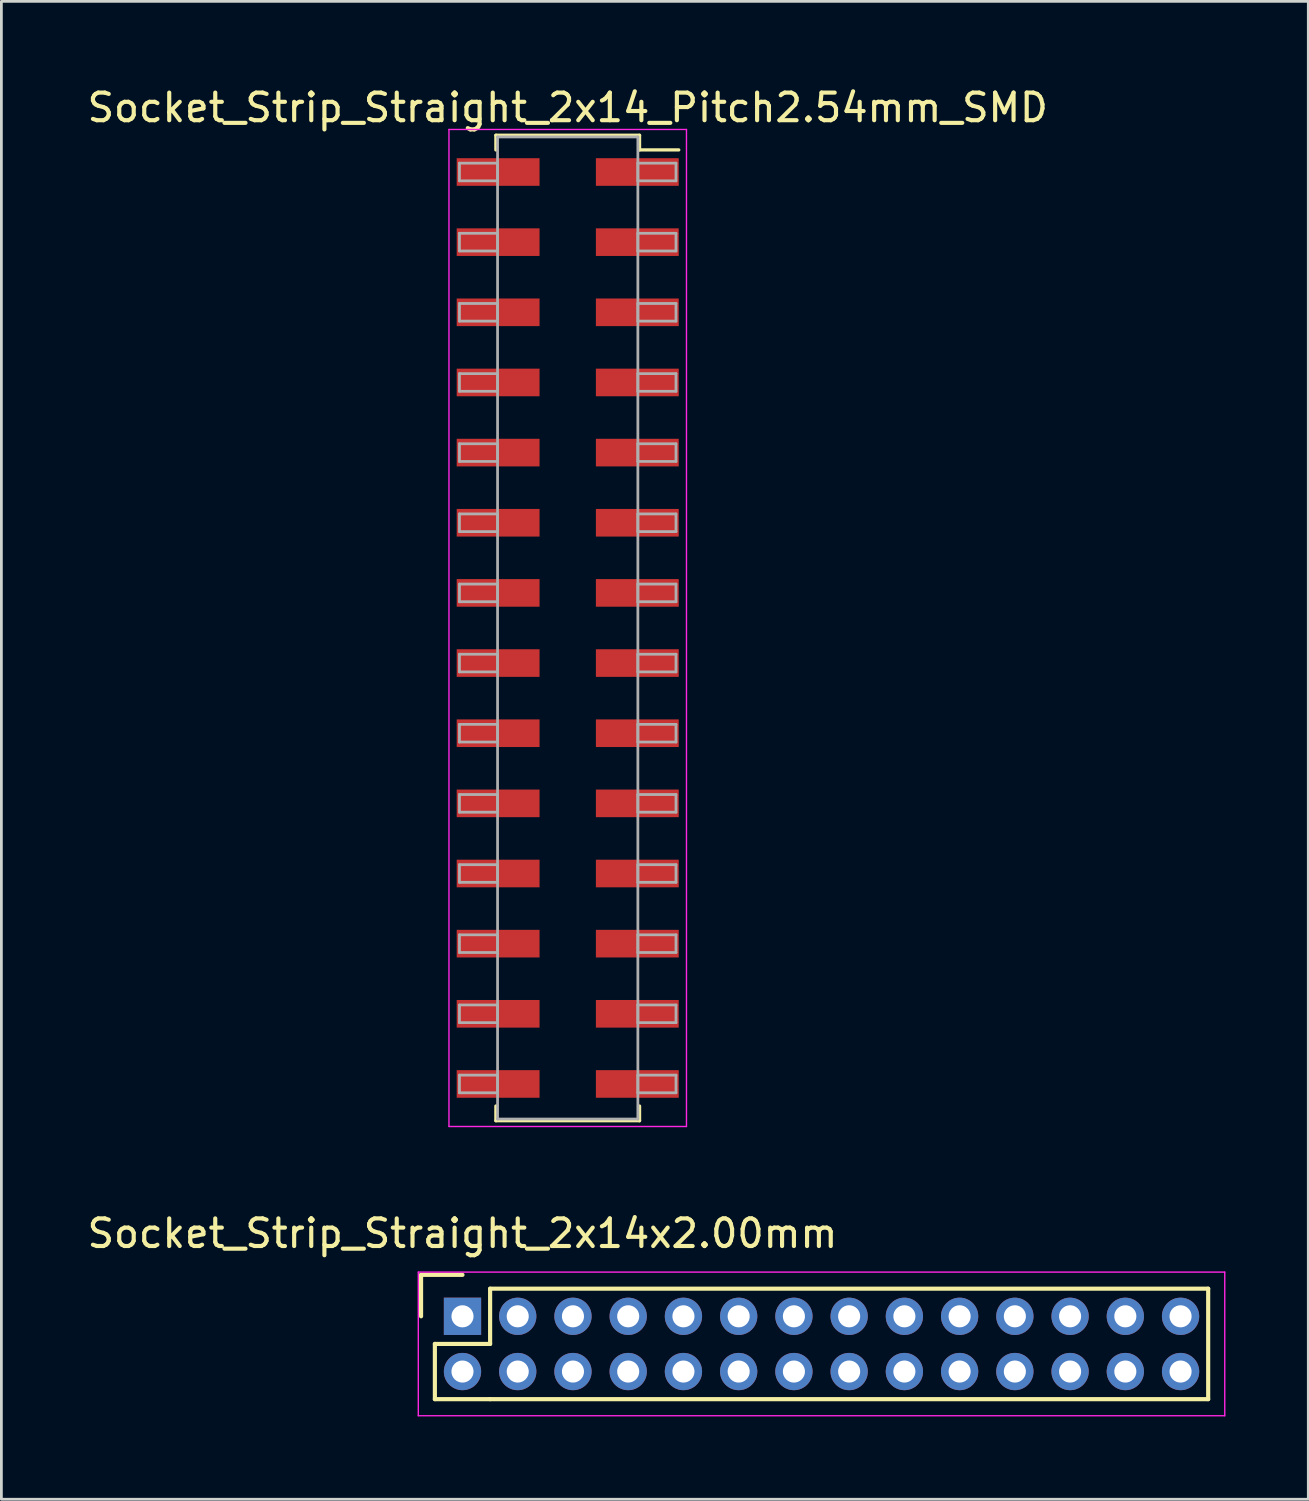
<source format=kicad_pcb>
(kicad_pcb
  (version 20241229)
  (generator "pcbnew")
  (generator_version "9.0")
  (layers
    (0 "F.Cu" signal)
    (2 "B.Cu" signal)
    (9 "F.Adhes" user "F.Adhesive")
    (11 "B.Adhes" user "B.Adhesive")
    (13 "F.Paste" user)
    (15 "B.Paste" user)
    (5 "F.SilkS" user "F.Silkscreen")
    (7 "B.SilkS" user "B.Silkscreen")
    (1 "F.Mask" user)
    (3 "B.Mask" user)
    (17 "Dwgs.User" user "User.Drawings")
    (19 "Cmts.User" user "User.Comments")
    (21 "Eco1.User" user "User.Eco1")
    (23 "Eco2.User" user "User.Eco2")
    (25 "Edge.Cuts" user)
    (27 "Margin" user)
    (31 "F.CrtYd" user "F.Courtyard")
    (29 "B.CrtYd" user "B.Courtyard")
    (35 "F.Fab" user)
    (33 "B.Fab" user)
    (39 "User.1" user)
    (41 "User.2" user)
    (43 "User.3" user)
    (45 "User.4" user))
  (footprint "Socket_Strip_Straight_2x14_Pitch2.54mm_SMD"
    (layer "F.Cu")
    (at 17.506 19.688)
    (property "Reference" "Socket_Strip_Straight_2x14_Pitch2.54mm_SMD" (at 0 -18.84 0) (layer "F.SilkS") (effects (font (size 1 1) (thickness 0.15))))
    (attr smd)
    (fp_line (start -2.6 -17.84) (end 2.6 -17.84) (stroke (width 0.12) (type solid)) (layer "F.SilkS"))
    (fp_line (start -2.6 -17.31) (end -2.6 -17.84) (stroke (width 0.12) (type solid)) (layer "F.SilkS"))
    (fp_line (start -2.6 17.31) (end -2.6 17.84) (stroke (width 0.12) (type solid)) (layer "F.SilkS"))
    (fp_line (start -2.6 17.84) (end 2.6 17.84) (stroke (width 0.12) (type solid)) (layer "F.SilkS"))
    (fp_line (start 2.6 -17.84) (end 2.6 -17.31) (stroke (width 0.12) (type solid)) (layer "F.SilkS"))
    (fp_line (start 2.6 17.84) (end 2.6 17.31) (stroke (width 0.12) (type solid)) (layer "F.SilkS"))
    (fp_line (start 4.02 -17.31) (end 2.6 -17.31) (stroke (width 0.12) (type solid)) (layer "F.SilkS"))
    (fp_line (start -4.3 -18.05) (end -4.3 18.05) (stroke (width 0.05) (type solid)) (layer "F.CrtYd"))
    (fp_line (start -4.3 18.05) (end 4.3 18.05) (stroke (width 0.05) (type solid)) (layer "F.CrtYd"))
    (fp_line (start 4.3 -18.05) (end -4.3 -18.05) (stroke (width 0.05) (type solid)) (layer "F.CrtYd"))
    (fp_line (start 4.3 18.05) (end 4.3 -18.05) (stroke (width 0.05) (type solid)) (layer "F.CrtYd"))
    (fp_line (start -3.92 -16.83) (end -2.54 -16.83) (stroke (width 0.1) (type solid)) (layer "F.Fab"))
    (fp_line (start -3.92 -16.19) (end -3.92 -16.83) (stroke (width 0.1) (type solid)) (layer "F.Fab"))
    (fp_line (start -3.92 -14.29) (end -2.54 -14.29) (stroke (width 0.1) (type solid)) (layer "F.Fab"))
    (fp_line (start -3.92 -13.65) (end -3.92 -14.29) (stroke (width 0.1) (type solid)) (layer "F.Fab"))
    (fp_line (start -3.92 -11.75) (end -2.54 -11.75) (stroke (width 0.1) (type solid)) (layer "F.Fab"))
    (fp_line (start -3.92 -11.11) (end -3.92 -11.75) (stroke (width 0.1) (type solid)) (layer "F.Fab"))
    (fp_line (start -3.92 -9.21) (end -2.54 -9.21) (stroke (width 0.1) (type solid)) (layer "F.Fab"))
    (fp_line (start -3.92 -8.57) (end -3.92 -9.21) (stroke (width 0.1) (type solid)) (layer "F.Fab"))
    (fp_line (start -3.92 -6.67) (end -2.54 -6.67) (stroke (width 0.1) (type solid)) (layer "F.Fab"))
    (fp_line (start -3.92 -6.03) (end -3.92 -6.67) (stroke (width 0.1) (type solid)) (layer "F.Fab"))
    (fp_line (start -3.92 -4.13) (end -2.54 -4.13) (stroke (width 0.1) (type solid)) (layer "F.Fab"))
    (fp_line (start -3.92 -3.49) (end -3.92 -4.13) (stroke (width 0.1) (type solid)) (layer "F.Fab"))
    (fp_line (start -3.92 -1.59) (end -2.54 -1.59) (stroke (width 0.1) (type solid)) (layer "F.Fab"))
    (fp_line (start -3.92 -0.95) (end -3.92 -1.59) (stroke (width 0.1) (type solid)) (layer "F.Fab"))
    (fp_line (start -3.92 0.95) (end -2.54 0.95) (stroke (width 0.1) (type solid)) (layer "F.Fab"))
    (fp_line (start -3.92 1.59) (end -3.92 0.95) (stroke (width 0.1) (type solid)) (layer "F.Fab"))
    (fp_line (start -3.92 3.49) (end -2.54 3.49) (stroke (width 0.1) (type solid)) (layer "F.Fab"))
    (fp_line (start -3.92 4.13) (end -3.92 3.49) (stroke (width 0.1) (type solid)) (layer "F.Fab"))
    (fp_line (start -3.92 6.03) (end -2.54 6.03) (stroke (width 0.1) (type solid)) (layer "F.Fab"))
    (fp_line (start -3.92 6.67) (end -3.92 6.03) (stroke (width 0.1) (type solid)) (layer "F.Fab"))
    (fp_line (start -3.92 8.57) (end -2.54 8.57) (stroke (width 0.1) (type solid)) (layer "F.Fab"))
    (fp_line (start -3.92 9.21) (end -3.92 8.57) (stroke (width 0.1) (type solid)) (layer "F.Fab"))
    (fp_line (start -3.92 11.11) (end -2.54 11.11) (stroke (width 0.1) (type solid)) (layer "F.Fab"))
    (fp_line (start -3.92 11.75) (end -3.92 11.11) (stroke (width 0.1) (type solid)) (layer "F.Fab"))
    (fp_line (start -3.92 13.65) (end -2.54 13.65) (stroke (width 0.1) (type solid)) (layer "F.Fab"))
    (fp_line (start -3.92 14.29) (end -3.92 13.65) (stroke (width 0.1) (type solid)) (layer "F.Fab"))
    (fp_line (start -3.92 16.19) (end -2.54 16.19) (stroke (width 0.1) (type solid)) (layer "F.Fab"))
    (fp_line (start -3.92 16.83) (end -3.92 16.19) (stroke (width 0.1) (type solid)) (layer "F.Fab"))
    (fp_line (start -2.54 -17.78) (end -2.54 17.78) (stroke (width 0.1) (type solid)) (layer "F.Fab"))
    (fp_line (start -2.54 -16.83) (end -2.54 -16.19) (stroke (width 0.1) (type solid)) (layer "F.Fab"))
    (fp_line (start -2.54 -16.19) (end -3.92 -16.19) (stroke (width 0.1) (type solid)) (layer "F.Fab"))
    (fp_line (start -2.54 -14.29) (end -2.54 -13.65) (stroke (width 0.1) (type solid)) (layer "F.Fab"))
    (fp_line (start -2.54 -13.65) (end -3.92 -13.65) (stroke (width 0.1) (type solid)) (layer "F.Fab"))
    (fp_line (start -2.54 -11.75) (end -2.54 -11.11) (stroke (width 0.1) (type solid)) (layer "F.Fab"))
    (fp_line (start -2.54 -11.11) (end -3.92 -11.11) (stroke (width 0.1) (type solid)) (layer "F.Fab"))
    (fp_line (start -2.54 -9.21) (end -2.54 -8.57) (stroke (width 0.1) (type solid)) (layer "F.Fab"))
    (fp_line (start -2.54 -8.57) (end -3.92 -8.57) (stroke (width 0.1) (type solid)) (layer "F.Fab"))
    (fp_line (start -2.54 -6.67) (end -2.54 -6.03) (stroke (width 0.1) (type solid)) (layer "F.Fab"))
    (fp_line (start -2.54 -6.03) (end -3.92 -6.03) (stroke (width 0.1) (type solid)) (layer "F.Fab"))
    (fp_line (start -2.54 -4.13) (end -2.54 -3.49) (stroke (width 0.1) (type solid)) (layer "F.Fab"))
    (fp_line (start -2.54 -3.49) (end -3.92 -3.49) (stroke (width 0.1) (type solid)) (layer "F.Fab"))
    (fp_line (start -2.54 -1.59) (end -2.54 -0.95) (stroke (width 0.1) (type solid)) (layer "F.Fab"))
    (fp_line (start -2.54 -0.95) (end -3.92 -0.95) (stroke (width 0.1) (type solid)) (layer "F.Fab"))
    (fp_line (start -2.54 0.95) (end -2.54 1.59) (stroke (width 0.1) (type solid)) (layer "F.Fab"))
    (fp_line (start -2.54 1.59) (end -3.92 1.59) (stroke (width 0.1) (type solid)) (layer "F.Fab"))
    (fp_line (start -2.54 3.49) (end -2.54 4.13) (stroke (width 0.1) (type solid)) (layer "F.Fab"))
    (fp_line (start -2.54 4.13) (end -3.92 4.13) (stroke (width 0.1) (type solid)) (layer "F.Fab"))
    (fp_line (start -2.54 6.03) (end -2.54 6.67) (stroke (width 0.1) (type solid)) (layer "F.Fab"))
    (fp_line (start -2.54 6.67) (end -3.92 6.67) (stroke (width 0.1) (type solid)) (layer "F.Fab"))
    (fp_line (start -2.54 8.57) (end -2.54 9.21) (stroke (width 0.1) (type solid)) (layer "F.Fab"))
    (fp_line (start -2.54 9.21) (end -3.92 9.21) (stroke (width 0.1) (type solid)) (layer "F.Fab"))
    (fp_line (start -2.54 11.11) (end -2.54 11.75) (stroke (width 0.1) (type solid)) (layer "F.Fab"))
    (fp_line (start -2.54 11.75) (end -3.92 11.75) (stroke (width 0.1) (type solid)) (layer "F.Fab"))
    (fp_line (start -2.54 13.65) (end -2.54 14.29) (stroke (width 0.1) (type solid)) (layer "F.Fab"))
    (fp_line (start -2.54 14.29) (end -3.92 14.29) (stroke (width 0.1) (type solid)) (layer "F.Fab"))
    (fp_line (start -2.54 16.19) (end -2.54 16.83) (stroke (width 0.1) (type solid)) (layer "F.Fab"))
    (fp_line (start -2.54 16.83) (end -3.92 16.83) (stroke (width 0.1) (type solid)) (layer "F.Fab"))
    (fp_line (start -2.54 17.78) (end 2.54 17.78) (stroke (width 0.1) (type solid)) (layer "F.Fab"))
    (fp_line (start 2.54 -17.78) (end -2.54 -17.78) (stroke (width 0.1) (type solid)) (layer "F.Fab"))
    (fp_line (start 2.54 -16.83) (end 2.54 -16.19) (stroke (width 0.1) (type solid)) (layer "F.Fab"))
    (fp_line (start 2.54 -16.19) (end 3.92 -16.19) (stroke (width 0.1) (type solid)) (layer "F.Fab"))
    (fp_line (start 2.54 -14.29) (end 2.54 -13.65) (stroke (width 0.1) (type solid)) (layer "F.Fab"))
    (fp_line (start 2.54 -13.65) (end 3.92 -13.65) (stroke (width 0.1) (type solid)) (layer "F.Fab"))
    (fp_line (start 2.54 -11.75) (end 2.54 -11.11) (stroke (width 0.1) (type solid)) (layer "F.Fab"))
    (fp_line (start 2.54 -11.11) (end 3.92 -11.11) (stroke (width 0.1) (type solid)) (layer "F.Fab"))
    (fp_line (start 2.54 -9.21) (end 2.54 -8.57) (stroke (width 0.1) (type solid)) (layer "F.Fab"))
    (fp_line (start 2.54 -8.57) (end 3.92 -8.57) (stroke (width 0.1) (type solid)) (layer "F.Fab"))
    (fp_line (start 2.54 -6.67) (end 2.54 -6.03) (stroke (width 0.1) (type solid)) (layer "F.Fab"))
    (fp_line (start 2.54 -6.03) (end 3.92 -6.03) (stroke (width 0.1) (type solid)) (layer "F.Fab"))
    (fp_line (start 2.54 -4.13) (end 2.54 -3.49) (stroke (width 0.1) (type solid)) (layer "F.Fab"))
    (fp_line (start 2.54 -3.49) (end 3.92 -3.49) (stroke (width 0.1) (type solid)) (layer "F.Fab"))
    (fp_line (start 2.54 -1.59) (end 2.54 -0.95) (stroke (width 0.1) (type solid)) (layer "F.Fab"))
    (fp_line (start 2.54 -0.95) (end 3.92 -0.95) (stroke (width 0.1) (type solid)) (layer "F.Fab"))
    (fp_line (start 2.54 0.95) (end 2.54 1.59) (stroke (width 0.1) (type solid)) (layer "F.Fab"))
    (fp_line (start 2.54 1.59) (end 3.92 1.59) (stroke (width 0.1) (type solid)) (layer "F.Fab"))
    (fp_line (start 2.54 3.49) (end 2.54 4.13) (stroke (width 0.1) (type solid)) (layer "F.Fab"))
    (fp_line (start 2.54 4.13) (end 3.92 4.13) (stroke (width 0.1) (type solid)) (layer "F.Fab"))
    (fp_line (start 2.54 6.03) (end 2.54 6.67) (stroke (width 0.1) (type solid)) (layer "F.Fab"))
    (fp_line (start 2.54 6.67) (end 3.92 6.67) (stroke (width 0.1) (type solid)) (layer "F.Fab"))
    (fp_line (start 2.54 8.57) (end 2.54 9.21) (stroke (width 0.1) (type solid)) (layer "F.Fab"))
    (fp_line (start 2.54 9.21) (end 3.92 9.21) (stroke (width 0.1) (type solid)) (layer "F.Fab"))
    (fp_line (start 2.54 11.11) (end 2.54 11.75) (stroke (width 0.1) (type solid)) (layer "F.Fab"))
    (fp_line (start 2.54 11.75) (end 3.92 11.75) (stroke (width 0.1) (type solid)) (layer "F.Fab"))
    (fp_line (start 2.54 13.65) (end 2.54 14.29) (stroke (width 0.1) (type solid)) (layer "F.Fab"))
    (fp_line (start 2.54 14.29) (end 3.92 14.29) (stroke (width 0.1) (type solid)) (layer "F.Fab"))
    (fp_line (start 2.54 16.19) (end 2.54 16.83) (stroke (width 0.1) (type solid)) (layer "F.Fab"))
    (fp_line (start 2.54 16.83) (end 3.92 16.83) (stroke (width 0.1) (type solid)) (layer "F.Fab"))
    (fp_line (start 2.54 17.78) (end 2.54 -17.78) (stroke (width 0.1) (type solid)) (layer "F.Fab"))
    (fp_line (start 3.92 -16.83) (end 2.54 -16.83) (stroke (width 0.1) (type solid)) (layer "F.Fab"))
    (fp_line (start 3.92 -16.19) (end 3.92 -16.83) (stroke (width 0.1) (type solid)) (layer "F.Fab"))
    (fp_line (start 3.92 -14.29) (end 2.54 -14.29) (stroke (width 0.1) (type solid)) (layer "F.Fab"))
    (fp_line (start 3.92 -13.65) (end 3.92 -14.29) (stroke (width 0.1) (type solid)) (layer "F.Fab"))
    (fp_line (start 3.92 -11.75) (end 2.54 -11.75) (stroke (width 0.1) (type solid)) (layer "F.Fab"))
    (fp_line (start 3.92 -11.11) (end 3.92 -11.75) (stroke (width 0.1) (type solid)) (layer "F.Fab"))
    (fp_line (start 3.92 -9.21) (end 2.54 -9.21) (stroke (width 0.1) (type solid)) (layer "F.Fab"))
    (fp_line (start 3.92 -8.57) (end 3.92 -9.21) (stroke (width 0.1) (type solid)) (layer "F.Fab"))
    (fp_line (start 3.92 -6.67) (end 2.54 -6.67) (stroke (width 0.1) (type solid)) (layer "F.Fab"))
    (fp_line (start 3.92 -6.03) (end 3.92 -6.67) (stroke (width 0.1) (type solid)) (layer "F.Fab"))
    (fp_line (start 3.92 -4.13) (end 2.54 -4.13) (stroke (width 0.1) (type solid)) (layer "F.Fab"))
    (fp_line (start 3.92 -3.49) (end 3.92 -4.13) (stroke (width 0.1) (type solid)) (layer "F.Fab"))
    (fp_line (start 3.92 -1.59) (end 2.54 -1.59) (stroke (width 0.1) (type solid)) (layer "F.Fab"))
    (fp_line (start 3.92 -0.95) (end 3.92 -1.59) (stroke (width 0.1) (type solid)) (layer "F.Fab"))
    (fp_line (start 3.92 0.95) (end 2.54 0.95) (stroke (width 0.1) (type solid)) (layer "F.Fab"))
    (fp_line (start 3.92 1.59) (end 3.92 0.95) (stroke (width 0.1) (type solid)) (layer "F.Fab"))
    (fp_line (start 3.92 3.49) (end 2.54 3.49) (stroke (width 0.1) (type solid)) (layer "F.Fab"))
    (fp_line (start 3.92 4.13) (end 3.92 3.49) (stroke (width 0.1) (type solid)) (layer "F.Fab"))
    (fp_line (start 3.92 6.03) (end 2.54 6.03) (stroke (width 0.1) (type solid)) (layer "F.Fab"))
    (fp_line (start 3.92 6.67) (end 3.92 6.03) (stroke (width 0.1) (type solid)) (layer "F.Fab"))
    (fp_line (start 3.92 8.57) (end 2.54 8.57) (stroke (width 0.1) (type solid)) (layer "F.Fab"))
    (fp_line (start 3.92 9.21) (end 3.92 8.57) (stroke (width 0.1) (type solid)) (layer "F.Fab"))
    (fp_line (start 3.92 11.11) (end 2.54 11.11) (stroke (width 0.1) (type solid)) (layer "F.Fab"))
    (fp_line (start 3.92 11.75) (end 3.92 11.11) (stroke (width 0.1) (type solid)) (layer "F.Fab"))
    (fp_line (start 3.92 13.65) (end 2.54 13.65) (stroke (width 0.1) (type solid)) (layer "F.Fab"))
    (fp_line (start 3.92 14.29) (end 3.92 13.65) (stroke (width 0.1) (type solid)) (layer "F.Fab"))
    (fp_line (start 3.92 16.19) (end 2.54 16.19) (stroke (width 0.1) (type solid)) (layer "F.Fab"))
    (fp_line (start 3.92 16.83) (end 3.92 16.19) (stroke (width 0.1) (type solid)) (layer "F.Fab"))
    (pad "1" smd rect (at 2.52 -16.51) (size 3 1) (layers "F.Cu" "F.Mask"))
    (pad "2" smd rect (at -2.52 -16.51) (size 3 1) (layers "F.Cu" "F.Mask"))
    (pad "3" smd rect (at 2.52 -13.97) (size 3 1) (layers "F.Cu" "F.Mask"))
    (pad "4" smd rect (at -2.52 -13.97) (size 3 1) (layers "F.Cu" "F.Mask"))
    (pad "5" smd rect (at 2.52 -11.43) (size 3 1) (layers "F.Cu" "F.Mask"))
    (pad "6" smd rect (at -2.52 -11.43) (size 3 1) (layers "F.Cu" "F.Mask"))
    (pad "7" smd rect (at 2.52 -8.89) (size 3 1) (layers "F.Cu" "F.Mask"))
    (pad "8" smd rect (at -2.52 -8.89) (size 3 1) (layers "F.Cu" "F.Mask"))
    (pad "9" smd rect (at 2.52 -6.35) (size 3 1) (layers "F.Cu" "F.Mask"))
    (pad "10" smd rect (at -2.52 -6.35) (size 3 1) (layers "F.Cu" "F.Mask"))
    (pad "11" smd rect (at 2.52 -3.81) (size 3 1) (layers "F.Cu" "F.Mask"))
    (pad "12" smd rect (at -2.52 -3.81) (size 3 1) (layers "F.Cu" "F.Mask"))
    (pad "13" smd rect (at 2.52 -1.27) (size 3 1) (layers "F.Cu" "F.Mask"))
    (pad "14" smd rect (at -2.52 -1.27) (size 3 1) (layers "F.Cu" "F.Mask"))
    (pad "15" smd rect (at 2.52 1.27) (size 3 1) (layers "F.Cu" "F.Mask"))
    (pad "16" smd rect (at -2.52 1.27) (size 3 1) (layers "F.Cu" "F.Mask"))
    (pad "17" smd rect (at 2.52 3.81) (size 3 1) (layers "F.Cu" "F.Mask"))
    (pad "18" smd rect (at -2.52 3.81) (size 3 1) (layers "F.Cu" "F.Mask"))
    (pad "19" smd rect (at 2.52 6.35) (size 3 1) (layers "F.Cu" "F.Mask"))
    (pad "20" smd rect (at -2.52 6.35) (size 3 1) (layers "F.Cu" "F.Mask"))
    (pad "21" smd rect (at 2.52 8.89) (size 3 1) (layers "F.Cu" "F.Mask"))
    (pad "22" smd rect (at -2.52 8.89) (size 3 1) (layers "F.Cu" "F.Mask"))
    (pad "23" smd rect (at 2.52 11.43) (size 3 1) (layers "F.Cu" "F.Mask"))
    (pad "24" smd rect (at -2.52 11.43) (size 3 1) (layers "F.Cu" "F.Mask"))
    (pad "25" smd rect (at 2.52 13.97) (size 3 1) (layers "F.Cu" "F.Mask"))
    (pad "26" smd rect (at -2.52 13.97) (size 3 1) (layers "F.Cu" "F.Mask"))
    (pad "27" smd rect (at 2.52 16.51) (size 3 1) (layers "F.Cu" "F.Mask"))
    (pad "28" smd rect (at -2.52 16.51) (size 3 1) (layers "F.Cu" "F.Mask")))
  (footprint "Socket_Strip_Straight_2x14x2.00mm"
    (layer "F.Cu")
    (at 13.696 44.611)
    (property "Reference" "Socket_Strip_Straight_2x14x2.00mm" (at 0 -3 0) (layer "F.SilkS") (effects (font (size 1 1) (thickness 0.15))))
    (attr through_hole)
    (fp_line (start -1.5 -1.5) (end -1.5 0) (stroke (width 0.15) (type solid)) (layer "F.SilkS"))
    (fp_line (start -1 1) (end -1 3) (stroke (width 0.15) (type solid)) (layer "F.SilkS"))
    (fp_line (start -1 3) (end 1 3) (stroke (width 0.15) (type solid)) (layer "F.SilkS"))
    (fp_line (start 0 -1.5) (end -1.5 -1.5) (stroke (width 0.15) (type solid)) (layer "F.SilkS"))
    (fp_line (start 1 -1) (end 1 1) (stroke (width 0.15) (type solid)) (layer "F.SilkS"))
    (fp_line (start 1 1) (end -1 1) (stroke (width 0.15) (type solid)) (layer "F.SilkS"))
    (fp_line (start 1 3) (end 27 3) (stroke (width 0.15) (type solid)) (layer "F.SilkS"))
    (fp_line (start 27 -1) (end 1 -1) (stroke (width 0.15) (type solid)) (layer "F.SilkS"))
    (fp_line (start 27 3) (end 27 -1) (stroke (width 0.15) (type solid)) (layer "F.SilkS"))
    (fp_line (start -1.6 -1.6) (end -1.6 3.6) (stroke (width 0.05) (type solid)) (layer "F.CrtYd"))
    (fp_line (start -1.6 3.6) (end 27.6 3.6) (stroke (width 0.05) (type solid)) (layer "F.CrtYd"))
    (fp_line (start 27.6 -1.6) (end -1.6 -1.6) (stroke (width 0.05) (type solid)) (layer "F.CrtYd"))
    (fp_line (start 27.6 3.6) (end 27.6 -1.6) (stroke (width 0.05) (type solid)) (layer "F.CrtYd"))
    (pad "1" thru_hole rect (at 0 0) (size 1.35 1.35) (drill 0.8) (layers "*.Cu" "*.Mask"))
    (pad "2" thru_hole circle (at 0 2) (size 1.35 1.35) (drill 0.8) (layers "*.Cu" "*.Mask"))
    (pad "3" thru_hole circle (at 2 0) (size 1.35 1.35) (drill 0.8) (layers "*.Cu" "*.Mask"))
    (pad "4" thru_hole circle (at 2 2) (size 1.35 1.35) (drill 0.8) (layers "*.Cu" "*.Mask"))
    (pad "5" thru_hole circle (at 4 0) (size 1.35 1.35) (drill 0.8) (layers "*.Cu" "*.Mask"))
    (pad "6" thru_hole circle (at 4 2) (size 1.35 1.35) (drill 0.8) (layers "*.Cu" "*.Mask"))
    (pad "7" thru_hole circle (at 6 0) (size 1.35 1.35) (drill 0.8) (layers "*.Cu" "*.Mask"))
    (pad "8" thru_hole circle (at 6 2) (size 1.35 1.35) (drill 0.8) (layers "*.Cu" "*.Mask"))
    (pad "9" thru_hole circle (at 8 0) (size 1.35 1.35) (drill 0.8) (layers "*.Cu" "*.Mask"))
    (pad "10" thru_hole circle (at 8 2) (size 1.35 1.35) (drill 0.8) (layers "*.Cu" "*.Mask"))
    (pad "11" thru_hole circle (at 10 0) (size 1.35 1.35) (drill 0.8) (layers "*.Cu" "*.Mask"))
    (pad "12" thru_hole circle (at 10 2) (size 1.35 1.35) (drill 0.8) (layers "*.Cu" "*.Mask"))
    (pad "13" thru_hole circle (at 12 0) (size 1.35 1.35) (drill 0.8) (layers "*.Cu" "*.Mask"))
    (pad "14" thru_hole circle (at 12 2) (size 1.35 1.35) (drill 0.8) (layers "*.Cu" "*.Mask"))
    (pad "15" thru_hole circle (at 14 0) (size 1.35 1.35) (drill 0.8) (layers "*.Cu" "*.Mask"))
    (pad "16" thru_hole circle (at 14 2) (size 1.35 1.35) (drill 0.8) (layers "*.Cu" "*.Mask"))
    (pad "17" thru_hole circle (at 16 0) (size 1.35 1.35) (drill 0.8) (layers "*.Cu" "*.Mask"))
    (pad "18" thru_hole circle (at 16 2) (size 1.35 1.35) (drill 0.8) (layers "*.Cu" "*.Mask"))
    (pad "19" thru_hole circle (at 18 0) (size 1.35 1.35) (drill 0.8) (layers "*.Cu" "*.Mask"))
    (pad "20" thru_hole circle (at 18 2) (size 1.35 1.35) (drill 0.8) (layers "*.Cu" "*.Mask"))
    (pad "21" thru_hole circle (at 20 0) (size 1.35 1.35) (drill 0.8) (layers "*.Cu" "*.Mask"))
    (pad "22" thru_hole circle (at 20 2) (size 1.35 1.35) (drill 0.8) (layers "*.Cu" "*.Mask"))
    (pad "23" thru_hole circle (at 22 0) (size 1.35 1.35) (drill 0.8) (layers "*.Cu" "*.Mask"))
    (pad "24" thru_hole circle (at 22 2) (size 1.35 1.35) (drill 0.8) (layers "*.Cu" "*.Mask"))
    (pad "25" thru_hole circle (at 24 0) (size 1.35 1.35) (drill 0.8) (layers "*.Cu" "*.Mask"))
    (pad "26" thru_hole circle (at 24 2) (size 1.35 1.35) (drill 0.8) (layers "*.Cu" "*.Mask"))
    (pad "27" thru_hole circle (at 26 0) (size 1.35 1.35) (drill 0.8) (layers "*.Cu" "*.Mask"))
    (pad "28" thru_hole circle (at 26 2) (size 1.35 1.35) (drill 0.8) (layers "*.Cu" "*.Mask")))
  (gr_rect
    (start -3 -3)
    (end 44.321 51.236)
    (stroke (width 0.1) (type default))
    (fill no)
    (layer "Edge.Cuts")))
</source>
